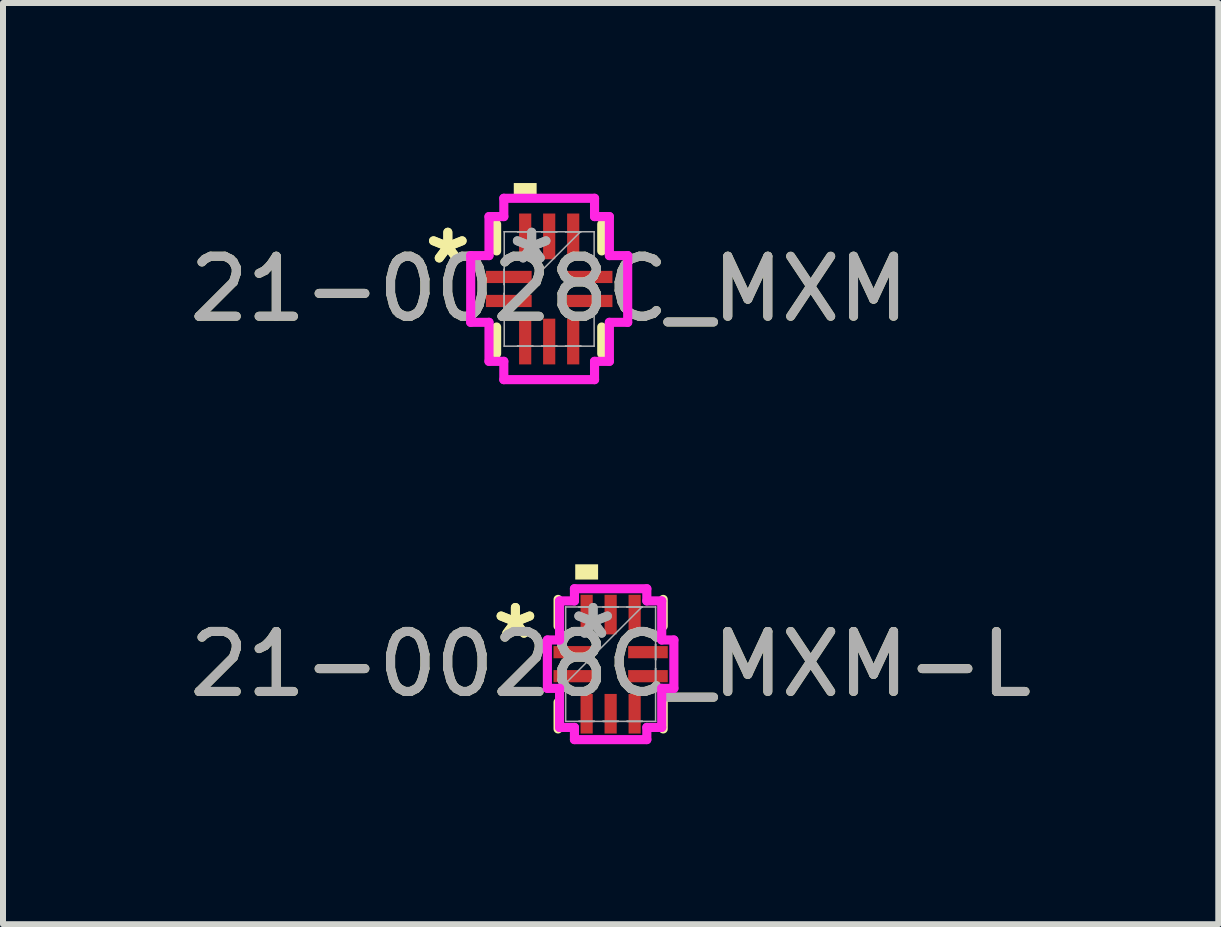
<source format=kicad_pcb>
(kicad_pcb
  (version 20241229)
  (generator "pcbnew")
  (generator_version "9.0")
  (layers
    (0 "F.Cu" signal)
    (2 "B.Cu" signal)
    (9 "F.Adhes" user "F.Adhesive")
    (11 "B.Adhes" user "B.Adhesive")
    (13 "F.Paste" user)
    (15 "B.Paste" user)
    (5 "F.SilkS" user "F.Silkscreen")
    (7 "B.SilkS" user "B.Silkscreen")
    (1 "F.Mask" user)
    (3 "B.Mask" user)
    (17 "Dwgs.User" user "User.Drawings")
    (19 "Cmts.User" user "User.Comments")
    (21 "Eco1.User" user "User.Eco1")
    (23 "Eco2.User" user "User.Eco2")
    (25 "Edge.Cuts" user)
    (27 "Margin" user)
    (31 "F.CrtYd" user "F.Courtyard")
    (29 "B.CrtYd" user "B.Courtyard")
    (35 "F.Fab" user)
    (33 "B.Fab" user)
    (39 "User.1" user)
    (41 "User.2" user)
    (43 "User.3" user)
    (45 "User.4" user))
  (footprint "21-0028C_MXM"
    (layer "F.Cu")
    (at 6.101 1.765)
    (property "Reference" "21-0028C_MXM" (at 0 0 0) (unlocked yes) (layer "F.SilkS") (effects (font (size 1 1) (thickness 0.15))))
    (attr smd)
    (fp_line (start -0.876 -1.079) (end -0.876 -0.634) (stroke (width 0.152) (type solid)) (layer "F.SilkS"))
    (fp_line (start -0.876 0.634) (end -0.876 1.079) (stroke (width 0.152) (type solid)) (layer "F.SilkS"))
    (fp_line (start 0.876 -0.634) (end 0.876 -1.079) (stroke (width 0.152) (type solid)) (layer "F.SilkS"))
    (fp_line (start 0.876 1.079) (end 0.876 0.634) (stroke (width 0.152) (type solid)) (layer "F.SilkS"))
    (fp_poly (pts (xy -0.59 -1.511) (xy -0.59 -1.765) (xy -0.209 -1.765) (xy -0.209 -1.511)) (stroke (width 0) (type solid)) (fill yes) (layer "F.SilkS"))
    (fp_line (start -1.308 -0.556) (end -1.003 -0.556) (stroke (width 0.152) (type solid)) (layer "F.CrtYd"))
    (fp_line (start -1.308 0.556) (end -1.308 -0.556) (stroke (width 0.152) (type solid)) (layer "F.CrtYd"))
    (fp_line (start -1.003 -1.206) (end -0.756 -1.206) (stroke (width 0.152) (type solid)) (layer "F.CrtYd"))
    (fp_line (start -1.003 -0.556) (end -1.003 -1.206) (stroke (width 0.152) (type solid)) (layer "F.CrtYd"))
    (fp_line (start -1.003 0.556) (end -1.308 0.556) (stroke (width 0.152) (type solid)) (layer "F.CrtYd"))
    (fp_line (start -1.003 1.206) (end -1.003 0.556) (stroke (width 0.152) (type solid)) (layer "F.CrtYd"))
    (fp_line (start -0.756 -1.511) (end 0.756 -1.511) (stroke (width 0.152) (type solid)) (layer "F.CrtYd"))
    (fp_line (start -0.756 -1.206) (end -0.756 -1.511) (stroke (width 0.152) (type solid)) (layer "F.CrtYd"))
    (fp_line (start -0.756 1.206) (end -1.003 1.206) (stroke (width 0.152) (type solid)) (layer "F.CrtYd"))
    (fp_line (start -0.756 1.511) (end -0.756 1.206) (stroke (width 0.152) (type solid)) (layer "F.CrtYd"))
    (fp_line (start 0.756 -1.511) (end 0.756 -1.206) (stroke (width 0.152) (type solid)) (layer "F.CrtYd"))
    (fp_line (start 0.756 -1.206) (end 1.003 -1.206) (stroke (width 0.152) (type solid)) (layer "F.CrtYd"))
    (fp_line (start 0.756 1.206) (end 0.756 1.511) (stroke (width 0.152) (type solid)) (layer "F.CrtYd"))
    (fp_line (start 0.756 1.511) (end -0.756 1.511) (stroke (width 0.152) (type solid)) (layer "F.CrtYd"))
    (fp_line (start 1.003 -1.206) (end 1.003 -0.556) (stroke (width 0.152) (type solid)) (layer "F.CrtYd"))
    (fp_line (start 1.003 -0.556) (end 1.308 -0.556) (stroke (width 0.152) (type solid)) (layer "F.CrtYd"))
    (fp_line (start 1.003 0.556) (end 1.003 1.206) (stroke (width 0.152) (type solid)) (layer "F.CrtYd"))
    (fp_line (start 1.003 1.206) (end 0.756 1.206) (stroke (width 0.152) (type solid)) (layer "F.CrtYd"))
    (fp_line (start 1.308 -0.556) (end 1.308 0.556) (stroke (width 0.152) (type solid)) (layer "F.CrtYd"))
    (fp_line (start 1.308 0.556) (end 1.003 0.556) (stroke (width 0.152) (type solid)) (layer "F.CrtYd"))
    (fp_line (start -0.749 -0.953) (end -0.749 -0.953) (stroke (width 0.025) (type solid)) (layer "F.Fab"))
    (fp_line (start -0.749 -0.953) (end -0.749 0.953) (stroke (width 0.025) (type solid)) (layer "F.Fab"))
    (fp_line (start -0.749 -0.327) (end -0.749 -0.327) (stroke (width 0.025) (type solid)) (layer "F.Fab"))
    (fp_line (start -0.749 -0.327) (end -0.749 -0.073) (stroke (width 0.025) (type solid)) (layer "F.Fab"))
    (fp_line (start -0.749 -0.073) (end -0.749 -0.327) (stroke (width 0.025) (type solid)) (layer "F.Fab"))
    (fp_line (start -0.749 -0.073) (end -0.749 -0.073) (stroke (width 0.025) (type solid)) (layer "F.Fab"))
    (fp_line (start -0.749 0.073) (end -0.749 0.073) (stroke (width 0.025) (type solid)) (layer "F.Fab"))
    (fp_line (start -0.749 0.073) (end -0.749 0.327) (stroke (width 0.025) (type solid)) (layer "F.Fab"))
    (fp_line (start -0.749 0.318) (end 0.521 -0.953) (stroke (width 0.025) (type solid)) (layer "F.Fab"))
    (fp_line (start -0.749 0.327) (end -0.749 0.073) (stroke (width 0.025) (type solid)) (layer "F.Fab"))
    (fp_line (start -0.749 0.327) (end -0.749 0.327) (stroke (width 0.025) (type solid)) (layer "F.Fab"))
    (fp_line (start -0.749 0.953) (end -0.749 0.953) (stroke (width 0.025) (type solid)) (layer "F.Fab"))
    (fp_line (start -0.749 0.953) (end 0.749 0.953) (stroke (width 0.025) (type solid)) (layer "F.Fab"))
    (fp_line (start -0.527 -0.953) (end -0.527 -0.953) (stroke (width 0.025) (type solid)) (layer "F.Fab"))
    (fp_line (start -0.527 -0.953) (end -0.273 -0.953) (stroke (width 0.025) (type solid)) (layer "F.Fab"))
    (fp_line (start -0.527 0.953) (end -0.527 0.953) (stroke (width 0.025) (type solid)) (layer "F.Fab"))
    (fp_line (start -0.527 0.953) (end -0.273 0.953) (stroke (width 0.025) (type solid)) (layer "F.Fab"))
    (fp_line (start -0.273 -0.953) (end -0.527 -0.953) (stroke (width 0.025) (type solid)) (layer "F.Fab"))
    (fp_line (start -0.273 -0.953) (end -0.273 -0.953) (stroke (width 0.025) (type solid)) (layer "F.Fab"))
    (fp_line (start -0.273 0.953) (end -0.527 0.953) (stroke (width 0.025) (type solid)) (layer "F.Fab"))
    (fp_line (start -0.273 0.953) (end -0.273 0.953) (stroke (width 0.025) (type solid)) (layer "F.Fab"))
    (fp_line (start -0.127 -0.953) (end -0.127 -0.953) (stroke (width 0.025) (type solid)) (layer "F.Fab"))
    (fp_line (start -0.127 -0.953) (end 0.127 -0.953) (stroke (width 0.025) (type solid)) (layer "F.Fab"))
    (fp_line (start -0.127 0.953) (end -0.127 0.953) (stroke (width 0.025) (type solid)) (layer "F.Fab"))
    (fp_line (start -0.127 0.953) (end 0.127 0.953) (stroke (width 0.025) (type solid)) (layer "F.Fab"))
    (fp_line (start 0.127 -0.953) (end -0.127 -0.953) (stroke (width 0.025) (type solid)) (layer "F.Fab"))
    (fp_line (start 0.127 -0.953) (end 0.127 -0.953) (stroke (width 0.025) (type solid)) (layer "F.Fab"))
    (fp_line (start 0.127 0.953) (end -0.127 0.953) (stroke (width 0.025) (type solid)) (layer "F.Fab"))
    (fp_line (start 0.127 0.953) (end 0.127 0.953) (stroke (width 0.025) (type solid)) (layer "F.Fab"))
    (fp_line (start 0.273 -0.953) (end 0.273 -0.953) (stroke (width 0.025) (type solid)) (layer "F.Fab"))
    (fp_line (start 0.273 -0.953) (end 0.527 -0.953) (stroke (width 0.025) (type solid)) (layer "F.Fab"))
    (fp_line (start 0.273 0.953) (end 0.273 0.953) (stroke (width 0.025) (type solid)) (layer "F.Fab"))
    (fp_line (start 0.273 0.953) (end 0.527 0.953) (stroke (width 0.025) (type solid)) (layer "F.Fab"))
    (fp_line (start 0.527 -0.953) (end 0.273 -0.953) (stroke (width 0.025) (type solid)) (layer "F.Fab"))
    (fp_line (start 0.527 -0.953) (end 0.527 -0.953) (stroke (width 0.025) (type solid)) (layer "F.Fab"))
    (fp_line (start 0.527 0.953) (end 0.273 0.953) (stroke (width 0.025) (type solid)) (layer "F.Fab"))
    (fp_line (start 0.527 0.953) (end 0.527 0.953) (stroke (width 0.025) (type solid)) (layer "F.Fab"))
    (fp_line (start 0.749 -0.953) (end -0.749 -0.953) (stroke (width 0.025) (type solid)) (layer "F.Fab"))
    (fp_line (start 0.749 -0.953) (end 0.749 -0.953) (stroke (width 0.025) (type solid)) (layer "F.Fab"))
    (fp_line (start 0.749 -0.327) (end 0.749 -0.327) (stroke (width 0.025) (type solid)) (layer "F.Fab"))
    (fp_line (start 0.749 -0.327) (end 0.749 -0.073) (stroke (width 0.025) (type solid)) (layer "F.Fab"))
    (fp_line (start 0.749 -0.073) (end 0.749 -0.327) (stroke (width 0.025) (type solid)) (layer "F.Fab"))
    (fp_line (start 0.749 -0.073) (end 0.749 -0.073) (stroke (width 0.025) (type solid)) (layer "F.Fab"))
    (fp_line (start 0.749 0.073) (end 0.749 0.073) (stroke (width 0.025) (type solid)) (layer "F.Fab"))
    (fp_line (start 0.749 0.073) (end 0.749 0.327) (stroke (width 0.025) (type solid)) (layer "F.Fab"))
    (fp_line (start 0.749 0.327) (end 0.749 0.073) (stroke (width 0.025) (type solid)) (layer "F.Fab"))
    (fp_line (start 0.749 0.327) (end 0.749 0.327) (stroke (width 0.025) (type solid)) (layer "F.Fab"))
    (fp_line (start 0.749 0.953) (end 0.749 -0.953) (stroke (width 0.025) (type solid)) (layer "F.Fab"))
    (fp_line (start 0.749 0.953) (end 0.749 0.953) (stroke (width 0.025) (type solid)) (layer "F.Fab"))
    (fp_text user "*" (at -1.689 -0.4 0) (layer "F.SilkS") (effects (font (size 1 1) (thickness 0.15))))
    (fp_text user "*" (at -1.689 -0.4 0) (unlocked yes) (layer "F.SilkS") (effects (font (size 1 1) (thickness 0.15))))
    (fp_text user "*" (at -0.292 -0.4 0) (unlocked yes) (layer "F.Fab") (effects (font (size 1 1) (thickness 0.15))))
    (fp_text user "*" (at -0.292 -0.4 0) (layer "F.Fab") (effects (font (size 1 1) (thickness 0.15))))
    (fp_text user "${REFERENCE}" (at 0 0 0) (unlocked yes) (layer "F.Fab") (effects (font (size 1 1) (thickness 0.15))))
    (pad "1" smd rect (at -0.673 -0.2 90) (size 0.203 0.762) (layers "F.Cu" "F.Mask" "F.Paste"))
    (pad "2" smd rect (at -0.673 0.2 90) (size 0.203 0.762) (layers "F.Cu" "F.Mask" "F.Paste"))
    (pad "3" smd rect (at -0.4 0.876) (size 0.203 0.762) (layers "F.Cu" "F.Mask" "F.Paste"))
    (pad "4" smd rect (at 0 0.876) (size 0.203 0.762) (layers "F.Cu" "F.Mask" "F.Paste"))
    (pad "5" smd rect (at 0.4 0.876) (size 0.203 0.762) (layers "F.Cu" "F.Mask" "F.Paste"))
    (pad "6" smd rect (at 0.673 0.2 90) (size 0.203 0.762) (layers "F.Cu" "F.Mask" "F.Paste"))
    (pad "7" smd rect (at 0.673 -0.2 90) (size 0.203 0.762) (layers "F.Cu" "F.Mask" "F.Paste"))
    (pad "8" smd rect (at 0.4 -0.876) (size 0.203 0.762) (layers "F.Cu" "F.Mask" "F.Paste"))
    (pad "9" smd rect (at 0 -0.876) (size 0.203 0.762) (layers "F.Cu" "F.Mask" "F.Paste"))
    (pad "10" smd rect (at -0.4 -0.876) (size 0.203 0.762) (layers "F.Cu" "F.Mask" "F.Paste")))
  (footprint "21-0028C_MXM-L"
    (layer "F.Cu")
    (at 7.125 8.017)
    (property "Reference" "21-0028C_MXM-L" (at 0 0 0) (unlocked yes) (layer "F.SilkS") (effects (font (size 1 1) (thickness 0.15))))
    (attr smd)
    (fp_line (start -0.876 -1.079) (end -0.876 -0.634) (stroke (width 0.152) (type solid)) (layer "F.SilkS"))
    (fp_line (start -0.876 0.634) (end -0.876 1.079) (stroke (width 0.152) (type solid)) (layer "F.SilkS"))
    (fp_line (start 0.876 -0.634) (end 0.876 -1.079) (stroke (width 0.152) (type solid)) (layer "F.SilkS"))
    (fp_line (start 0.876 1.079) (end 0.876 0.634) (stroke (width 0.152) (type solid)) (layer "F.SilkS"))
    (fp_poly (pts (xy -0.59 -1.41) (xy -0.59 -1.664) (xy -0.209 -1.664) (xy -0.209 -1.41)) (stroke (width 0) (type solid)) (fill yes) (layer "F.SilkS"))
    (fp_line (start -1.054 -0.403) (end -0.851 -0.403) (stroke (width 0.152) (type solid)) (layer "F.CrtYd"))
    (fp_line (start -1.054 0.403) (end -1.054 -0.403) (stroke (width 0.152) (type solid)) (layer "F.CrtYd"))
    (fp_line (start -0.851 -1.054) (end -0.603 -1.054) (stroke (width 0.152) (type solid)) (layer "F.CrtYd"))
    (fp_line (start -0.851 -0.403) (end -0.851 -1.054) (stroke (width 0.152) (type solid)) (layer "F.CrtYd"))
    (fp_line (start -0.851 0.403) (end -1.054 0.403) (stroke (width 0.152) (type solid)) (layer "F.CrtYd"))
    (fp_line (start -0.851 1.054) (end -0.851 0.403) (stroke (width 0.152) (type solid)) (layer "F.CrtYd"))
    (fp_line (start -0.603 -1.257) (end 0.603 -1.257) (stroke (width 0.152) (type solid)) (layer "F.CrtYd"))
    (fp_line (start -0.603 -1.054) (end -0.603 -1.257) (stroke (width 0.152) (type solid)) (layer "F.CrtYd"))
    (fp_line (start -0.603 1.054) (end -0.851 1.054) (stroke (width 0.152) (type solid)) (layer "F.CrtYd"))
    (fp_line (start -0.603 1.257) (end -0.603 1.054) (stroke (width 0.152) (type solid)) (layer "F.CrtYd"))
    (fp_line (start 0.603 -1.257) (end 0.603 -1.054) (stroke (width 0.152) (type solid)) (layer "F.CrtYd"))
    (fp_line (start 0.603 -1.054) (end 0.851 -1.054) (stroke (width 0.152) (type solid)) (layer "F.CrtYd"))
    (fp_line (start 0.603 1.054) (end 0.603 1.257) (stroke (width 0.152) (type solid)) (layer "F.CrtYd"))
    (fp_line (start 0.603 1.257) (end -0.603 1.257) (stroke (width 0.152) (type solid)) (layer "F.CrtYd"))
    (fp_line (start 0.851 -1.054) (end 0.851 -0.403) (stroke (width 0.152) (type solid)) (layer "F.CrtYd"))
    (fp_line (start 0.851 -0.403) (end 1.054 -0.403) (stroke (width 0.152) (type solid)) (layer "F.CrtYd"))
    (fp_line (start 0.851 0.403) (end 0.851 1.054) (stroke (width 0.152) (type solid)) (layer "F.CrtYd"))
    (fp_line (start 0.851 1.054) (end 0.603 1.054) (stroke (width 0.152) (type solid)) (layer "F.CrtYd"))
    (fp_line (start 1.054 -0.403) (end 1.054 0.403) (stroke (width 0.152) (type solid)) (layer "F.CrtYd"))
    (fp_line (start 1.054 0.403) (end 0.851 0.403) (stroke (width 0.152) (type solid)) (layer "F.CrtYd"))
    (fp_line (start -0.749 -0.953) (end -0.749 -0.953) (stroke (width 0.025) (type solid)) (layer "F.Fab"))
    (fp_line (start -0.749 -0.953) (end -0.749 0.953) (stroke (width 0.025) (type solid)) (layer "F.Fab"))
    (fp_line (start -0.749 -0.327) (end -0.749 -0.327) (stroke (width 0.025) (type solid)) (layer "F.Fab"))
    (fp_line (start -0.749 -0.327) (end -0.749 -0.073) (stroke (width 0.025) (type solid)) (layer "F.Fab"))
    (fp_line (start -0.749 -0.073) (end -0.749 -0.327) (stroke (width 0.025) (type solid)) (layer "F.Fab"))
    (fp_line (start -0.749 -0.073) (end -0.749 -0.073) (stroke (width 0.025) (type solid)) (layer "F.Fab"))
    (fp_line (start -0.749 0.073) (end -0.749 0.073) (stroke (width 0.025) (type solid)) (layer "F.Fab"))
    (fp_line (start -0.749 0.073) (end -0.749 0.327) (stroke (width 0.025) (type solid)) (layer "F.Fab"))
    (fp_line (start -0.749 0.318) (end 0.521 -0.953) (stroke (width 0.025) (type solid)) (layer "F.Fab"))
    (fp_line (start -0.749 0.327) (end -0.749 0.073) (stroke (width 0.025) (type solid)) (layer "F.Fab"))
    (fp_line (start -0.749 0.327) (end -0.749 0.327) (stroke (width 0.025) (type solid)) (layer "F.Fab"))
    (fp_line (start -0.749 0.953) (end -0.749 0.953) (stroke (width 0.025) (type solid)) (layer "F.Fab"))
    (fp_line (start -0.749 0.953) (end 0.749 0.953) (stroke (width 0.025) (type solid)) (layer "F.Fab"))
    (fp_line (start -0.527 -0.953) (end -0.527 -0.953) (stroke (width 0.025) (type solid)) (layer "F.Fab"))
    (fp_line (start -0.527 -0.953) (end -0.273 -0.953) (stroke (width 0.025) (type solid)) (layer "F.Fab"))
    (fp_line (start -0.527 0.953) (end -0.527 0.953) (stroke (width 0.025) (type solid)) (layer "F.Fab"))
    (fp_line (start -0.527 0.953) (end -0.273 0.953) (stroke (width 0.025) (type solid)) (layer "F.Fab"))
    (fp_line (start -0.273 -0.953) (end -0.527 -0.953) (stroke (width 0.025) (type solid)) (layer "F.Fab"))
    (fp_line (start -0.273 -0.953) (end -0.273 -0.953) (stroke (width 0.025) (type solid)) (layer "F.Fab"))
    (fp_line (start -0.273 0.953) (end -0.527 0.953) (stroke (width 0.025) (type solid)) (layer "F.Fab"))
    (fp_line (start -0.273 0.953) (end -0.273 0.953) (stroke (width 0.025) (type solid)) (layer "F.Fab"))
    (fp_line (start -0.127 -0.953) (end -0.127 -0.953) (stroke (width 0.025) (type solid)) (layer "F.Fab"))
    (fp_line (start -0.127 -0.953) (end 0.127 -0.953) (stroke (width 0.025) (type solid)) (layer "F.Fab"))
    (fp_line (start -0.127 0.953) (end -0.127 0.953) (stroke (width 0.025) (type solid)) (layer "F.Fab"))
    (fp_line (start -0.127 0.953) (end 0.127 0.953) (stroke (width 0.025) (type solid)) (layer "F.Fab"))
    (fp_line (start 0.127 -0.953) (end -0.127 -0.953) (stroke (width 0.025) (type solid)) (layer "F.Fab"))
    (fp_line (start 0.127 -0.953) (end 0.127 -0.953) (stroke (width 0.025) (type solid)) (layer "F.Fab"))
    (fp_line (start 0.127 0.953) (end -0.127 0.953) (stroke (width 0.025) (type solid)) (layer "F.Fab"))
    (fp_line (start 0.127 0.953) (end 0.127 0.953) (stroke (width 0.025) (type solid)) (layer "F.Fab"))
    (fp_line (start 0.273 -0.953) (end 0.273 -0.953) (stroke (width 0.025) (type solid)) (layer "F.Fab"))
    (fp_line (start 0.273 -0.953) (end 0.527 -0.953) (stroke (width 0.025) (type solid)) (layer "F.Fab"))
    (fp_line (start 0.273 0.953) (end 0.273 0.953) (stroke (width 0.025) (type solid)) (layer "F.Fab"))
    (fp_line (start 0.273 0.953) (end 0.527 0.953) (stroke (width 0.025) (type solid)) (layer "F.Fab"))
    (fp_line (start 0.527 -0.953) (end 0.273 -0.953) (stroke (width 0.025) (type solid)) (layer "F.Fab"))
    (fp_line (start 0.527 -0.953) (end 0.527 -0.953) (stroke (width 0.025) (type solid)) (layer "F.Fab"))
    (fp_line (start 0.527 0.953) (end 0.273 0.953) (stroke (width 0.025) (type solid)) (layer "F.Fab"))
    (fp_line (start 0.527 0.953) (end 0.527 0.953) (stroke (width 0.025) (type solid)) (layer "F.Fab"))
    (fp_line (start 0.749 -0.953) (end -0.749 -0.953) (stroke (width 0.025) (type solid)) (layer "F.Fab"))
    (fp_line (start 0.749 -0.953) (end 0.749 -0.953) (stroke (width 0.025) (type solid)) (layer "F.Fab"))
    (fp_line (start 0.749 -0.327) (end 0.749 -0.327) (stroke (width 0.025) (type solid)) (layer "F.Fab"))
    (fp_line (start 0.749 -0.327) (end 0.749 -0.073) (stroke (width 0.025) (type solid)) (layer "F.Fab"))
    (fp_line (start 0.749 -0.073) (end 0.749 -0.327) (stroke (width 0.025) (type solid)) (layer "F.Fab"))
    (fp_line (start 0.749 -0.073) (end 0.749 -0.073) (stroke (width 0.025) (type solid)) (layer "F.Fab"))
    (fp_line (start 0.749 0.073) (end 0.749 0.073) (stroke (width 0.025) (type solid)) (layer "F.Fab"))
    (fp_line (start 0.749 0.073) (end 0.749 0.327) (stroke (width 0.025) (type solid)) (layer "F.Fab"))
    (fp_line (start 0.749 0.327) (end 0.749 0.073) (stroke (width 0.025) (type solid)) (layer "F.Fab"))
    (fp_line (start 0.749 0.327) (end 0.749 0.327) (stroke (width 0.025) (type solid)) (layer "F.Fab"))
    (fp_line (start 0.749 0.953) (end 0.749 -0.953) (stroke (width 0.025) (type solid)) (layer "F.Fab"))
    (fp_line (start 0.749 0.953) (end 0.749 0.953) (stroke (width 0.025) (type solid)) (layer "F.Fab"))
    (fp_text user "*" (at -1.587 -0.4 0) (unlocked yes) (layer "F.SilkS") (effects (font (size 1 1) (thickness 0.15))))
    (fp_text user "*" (at -1.587 -0.4 0) (layer "F.SilkS") (effects (font (size 1 1) (thickness 0.15))))
    (fp_text user "*" (at -0.292 -0.4 0) (layer "F.Fab") (effects (font (size 1 1) (thickness 0.15))))
    (fp_text user "${REFERENCE}" (at 0 0 0) (unlocked yes) (layer "F.Fab") (effects (font (size 1 1) (thickness 0.15))))
    (fp_text user "*" (at -0.292 -0.4 0) (unlocked yes) (layer "F.Fab") (effects (font (size 1 1) (thickness 0.15))))
    (pad "1" smd rect (at -0.622 -0.2 90) (size 0.203 0.66) (layers "F.Cu" "F.Mask" "F.Paste"))
    (pad "2" smd rect (at -0.622 0.2 90) (size 0.203 0.66) (layers "F.Cu" "F.Mask" "F.Paste"))
    (pad "3" smd rect (at -0.4 0.826) (size 0.203 0.66) (layers "F.Cu" "F.Mask" "F.Paste"))
    (pad "4" smd rect (at 0 0.826) (size 0.203 0.66) (layers "F.Cu" "F.Mask" "F.Paste"))
    (pad "5" smd rect (at 0.4 0.826) (size 0.203 0.66) (layers "F.Cu" "F.Mask" "F.Paste"))
    (pad "6" smd rect (at 0.622 0.2 90) (size 0.203 0.66) (layers "F.Cu" "F.Mask" "F.Paste"))
    (pad "7" smd rect (at 0.622 -0.2 90) (size 0.203 0.66) (layers "F.Cu" "F.Mask" "F.Paste"))
    (pad "8" smd rect (at 0.4 -0.826) (size 0.203 0.66) (layers "F.Cu" "F.Mask" "F.Paste"))
    (pad "9" smd rect (at 0 -0.826) (size 0.203 0.66) (layers "F.Cu" "F.Mask" "F.Paste"))
    (pad "10" smd rect (at -0.4 -0.826) (size 0.203 0.66) (layers "F.Cu" "F.Mask" "F.Paste")))
  (gr_rect
    (start -3 -3)
    (end 17.25 12.35)
    (stroke (width 0.1) (type default))
    (fill no)
    (layer "Edge.Cuts")))
</source>
